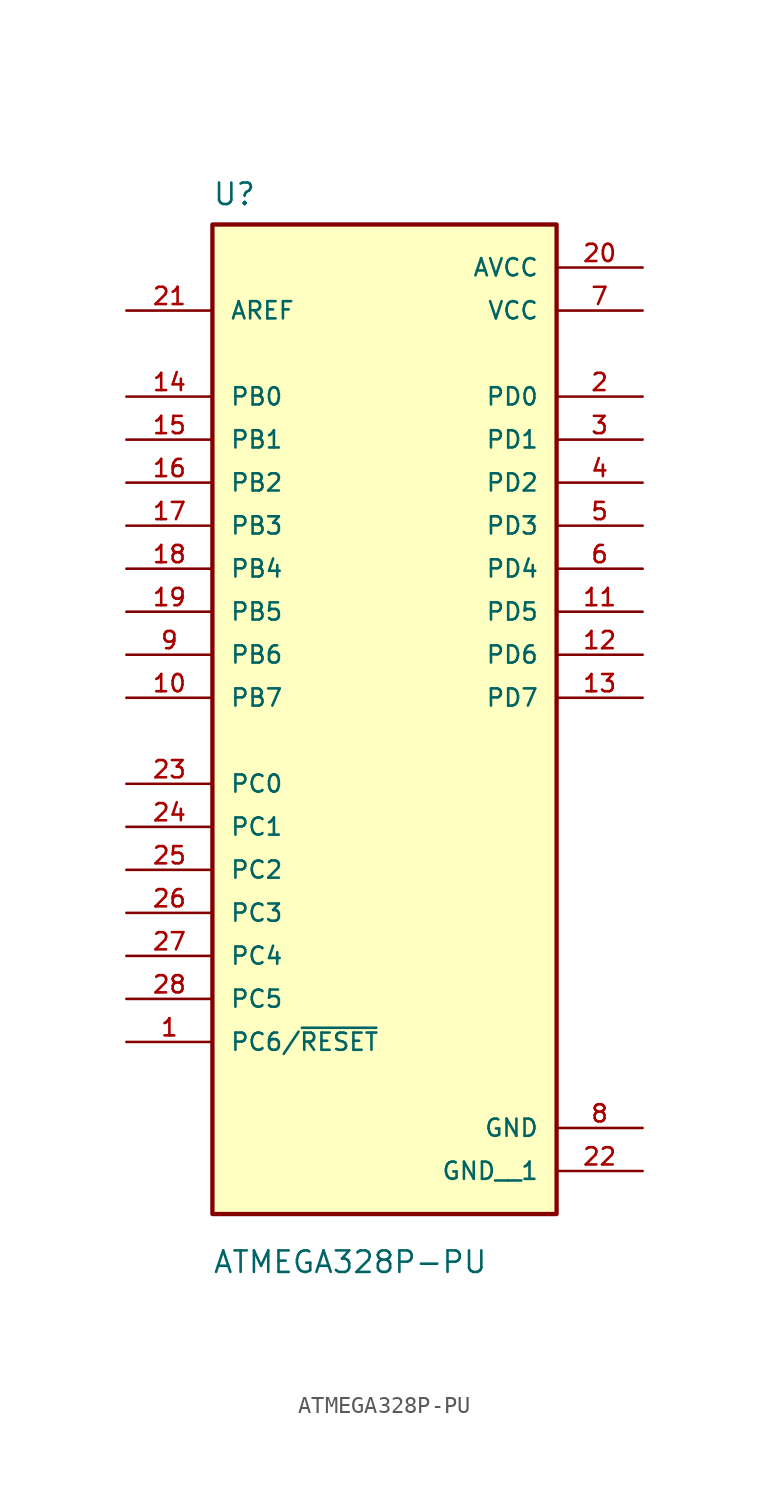
<source format=kicad_sym>
(kicad_symbol_lib
  (version 20211014)
  (generator kicad_symbol_editor)
  (symbol "ATMEGA328P-PU"
    (pin_names
      (offset 1.016))
    (property "Reference" "U"
      (at -10.171 28.986 0)
      (effects (font (size 1.27 1.27)) (justify bottom left)))
    (property "Value" "ATMEGA328P-PU"
      (at -10.168 -34.061 0)
      (effects (font (size 1.27 1.27)) (justify bottom left)))
    (symbol "ATMEGA328P-PU_0_0"
      (rectangle (start -10.16 -30.48) (end 10.16 27.94) (stroke (width 0.254)) (fill (type background)))
      (pin power_in line (at 15.24 22.86 180.0) (length 5.08) (name "VCC" (effects (font (size 1.016 1.016)))) (number "7" (effects (font (size 1.016 1.016)))))
      (pin power_in line (at 15.24 -25.4 180.0) (length 5.08) (name "GND" (effects (font (size 1.016 1.016)))) (number "8" (effects (font (size 1.016 1.016)))))
      (pin bidirectional line (at -15.24 17.78 0) (length 5.08) (name "PB0" (effects (font (size 1.016 1.016)))) (number "14" (effects (font (size 1.016 1.016)))))
      (pin bidirectional line (at -15.24 15.24 0) (length 5.08) (name "PB1" (effects (font (size 1.016 1.016)))) (number "15" (effects (font (size 1.016 1.016)))))
      (pin bidirectional line (at -15.24 12.7 0) (length 5.08) (name "PB2" (effects (font (size 1.016 1.016)))) (number "16" (effects (font (size 1.016 1.016)))))
      (pin bidirectional line (at -15.24 10.16 0) (length 5.08) (name "PB3" (effects (font (size 1.016 1.016)))) (number "17" (effects (font (size 1.016 1.016)))))
      (pin bidirectional line (at -15.24 7.62 0) (length 5.08) (name "PB4" (effects (font (size 1.016 1.016)))) (number "18" (effects (font (size 1.016 1.016)))))
      (pin bidirectional line (at -15.24 5.08 0) (length 5.08) (name "PB5" (effects (font (size 1.016 1.016)))) (number "19" (effects (font (size 1.016 1.016)))))
      (pin bidirectional line (at -15.24 2.54 0) (length 5.08) (name "PB6" (effects (font (size 1.016 1.016)))) (number "9" (effects (font (size 1.016 1.016)))))
      (pin bidirectional line (at -15.24 0.0 0) (length 5.08) (name "PB7" (effects (font (size 1.016 1.016)))) (number "10" (effects (font (size 1.016 1.016)))))
      (pin bidirectional line (at -15.24 -5.08 0) (length 5.08) (name "PC0" (effects (font (size 1.016 1.016)))) (number "23" (effects (font (size 1.016 1.016)))))
      (pin bidirectional line (at -15.24 -7.62 0) (length 5.08) (name "PC1" (effects (font (size 1.016 1.016)))) (number "24" (effects (font (size 1.016 1.016)))))
      (pin bidirectional line (at -15.24 -10.16 0) (length 5.08) (name "PC2" (effects (font (size 1.016 1.016)))) (number "25" (effects (font (size 1.016 1.016)))))
      (pin bidirectional line (at -15.24 -12.7 0) (length 5.08) (name "PC3" (effects (font (size 1.016 1.016)))) (number "26" (effects (font (size 1.016 1.016)))))
      (pin bidirectional line (at -15.24 -15.24 0) (length 5.08) (name "PC4" (effects (font (size 1.016 1.016)))) (number "27" (effects (font (size 1.016 1.016)))))
      (pin bidirectional line (at -15.24 -17.78 0) (length 5.08) (name "PC5" (effects (font (size 1.016 1.016)))) (number "28" (effects (font (size 1.016 1.016)))))
      (pin bidirectional line (at -15.24 -20.32 0) (length 5.08) (name "PC6/~{RESET}" (effects (font (size 1.016 1.016)))) (number "1" (effects (font (size 1.016 1.016)))))
      (pin bidirectional line (at 15.24 17.78 180.0) (length 5.08) (name "PD0" (effects (font (size 1.016 1.016)))) (number "2" (effects (font (size 1.016 1.016)))))
      (pin bidirectional line (at 15.24 15.24 180.0) (length 5.08) (name "PD1" (effects (font (size 1.016 1.016)))) (number "3" (effects (font (size 1.016 1.016)))))
      (pin bidirectional line (at 15.24 12.7 180.0) (length 5.08) (name "PD2" (effects (font (size 1.016 1.016)))) (number "4" (effects (font (size 1.016 1.016)))))
      (pin bidirectional line (at 15.24 10.16 180.0) (length 5.08) (name "PD3" (effects (font (size 1.016 1.016)))) (number "5" (effects (font (size 1.016 1.016)))))
      (pin bidirectional line (at 15.24 7.62 180.0) (length 5.08) (name "PD4" (effects (font (size 1.016 1.016)))) (number "6" (effects (font (size 1.016 1.016)))))
      (pin bidirectional line (at 15.24 5.08 180.0) (length 5.08) (name "PD5" (effects (font (size 1.016 1.016)))) (number "11" (effects (font (size 1.016 1.016)))))
      (pin bidirectional line (at 15.24 2.54 180.0) (length 5.08) (name "PD6" (effects (font (size 1.016 1.016)))) (number "12" (effects (font (size 1.016 1.016)))))
      (pin bidirectional line (at 15.24 0.0 180.0) (length 5.08) (name "PD7" (effects (font (size 1.016 1.016)))) (number "13" (effects (font (size 1.016 1.016)))))
      (pin input line (at -15.24 22.86 0) (length 5.08) (name "AREF" (effects (font (size 1.016 1.016)))) (number "21" (effects (font (size 1.016 1.016)))))
      (pin power_in line (at 15.24 25.4 180.0) (length 5.08) (name "AVCC" (effects (font (size 1.016 1.016)))) (number "20" (effects (font (size 1.016 1.016)))))
      (pin power_in line (at 15.24 -27.94 180.0) (length 5.08) (name "GND__1" (effects (font (size 1.016 1.016)))) (number "22" (effects (font (size 1.016 1.016))))))))
</source>
